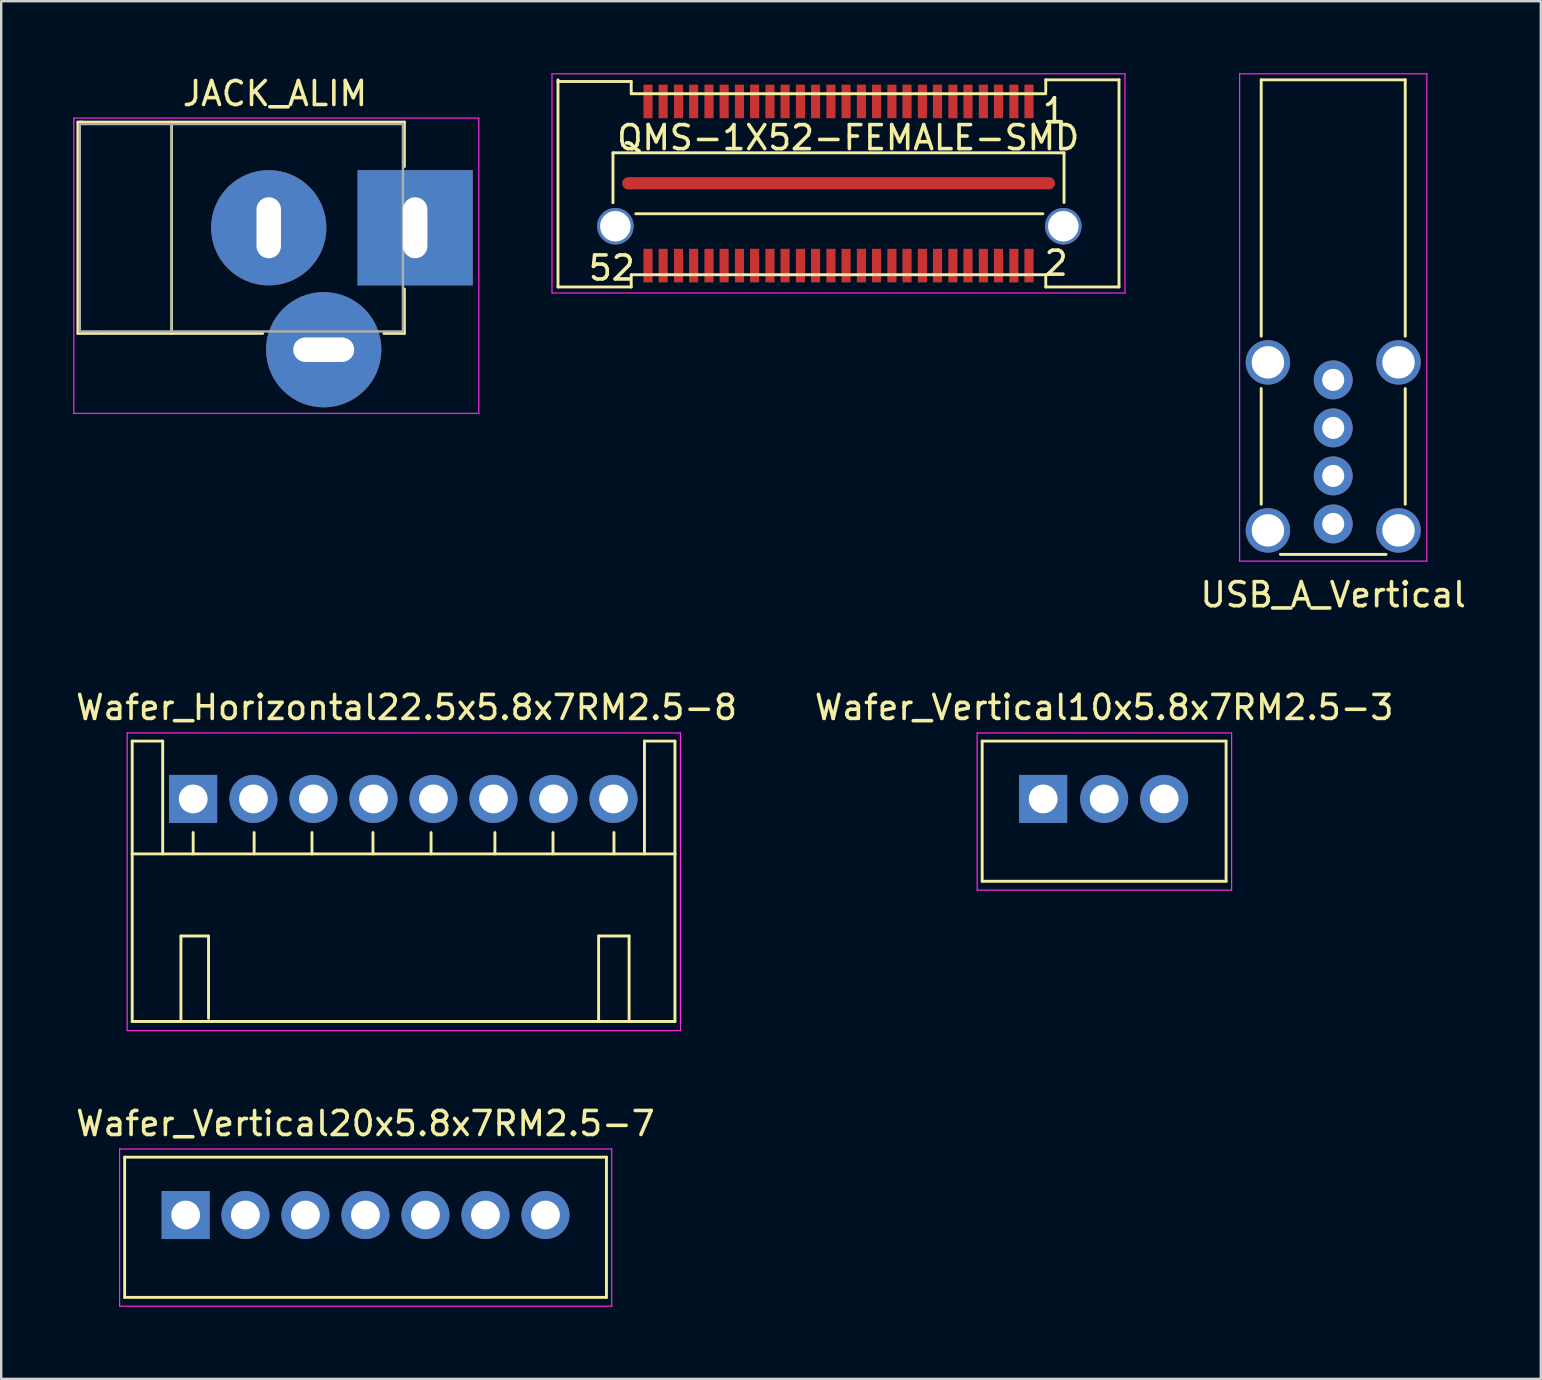
<source format=kicad_pcb>
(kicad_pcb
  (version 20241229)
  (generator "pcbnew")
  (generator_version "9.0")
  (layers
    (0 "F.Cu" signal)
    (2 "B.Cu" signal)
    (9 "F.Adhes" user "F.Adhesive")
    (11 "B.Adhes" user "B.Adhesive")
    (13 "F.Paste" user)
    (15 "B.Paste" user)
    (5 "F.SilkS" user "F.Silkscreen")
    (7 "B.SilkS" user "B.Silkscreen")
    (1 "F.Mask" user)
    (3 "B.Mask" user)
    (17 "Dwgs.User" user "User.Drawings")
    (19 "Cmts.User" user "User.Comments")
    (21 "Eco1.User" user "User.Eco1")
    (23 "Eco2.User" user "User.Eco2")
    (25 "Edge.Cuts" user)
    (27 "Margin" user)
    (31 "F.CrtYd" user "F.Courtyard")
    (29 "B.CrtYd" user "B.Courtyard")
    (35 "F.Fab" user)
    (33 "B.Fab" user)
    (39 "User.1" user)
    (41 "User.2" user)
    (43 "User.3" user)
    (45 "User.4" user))
  (footprint "Wafer_Vertical10x5.8x7RM2.5-3"
    (layer "F.Cu")
    (at 40.406 30.232)
    (property "Reference" "Wafer_Vertical10x5.8x7RM2.5-3" (at 2.54 -3.81 0) (layer "F.SilkS") (effects (font (size 1 1) (thickness 0.15))))
    (attr through_hole)
    (fp_line (start -2.54 -2.41) (end -2.54 3.43) (stroke (width 0.12) (type solid)) (layer "F.SilkS"))
    (fp_line (start -2.54 -2.41) (end 7.62 -2.41) (stroke (width 0.12) (type solid)) (layer "F.SilkS"))
    (fp_line (start 7.62 -2.41) (end 7.62 3.43) (stroke (width 0.12) (type solid)) (layer "F.SilkS"))
    (fp_line (start 7.62 3.43) (end -2.54 3.43) (stroke (width 0.12) (type solid)) (layer "F.SilkS"))
    (fp_line (start -2.75 -2.75) (end 7.85 -2.75) (stroke (width 0.05) (type solid)) (layer "F.CrtYd"))
    (fp_line (start -2.75 3.8) (end -2.75 -2.75) (stroke (width 0.05) (type solid)) (layer "F.CrtYd"))
    (fp_line (start 7.85 -2.75) (end 7.85 3.8) (stroke (width 0.05) (type solid)) (layer "F.CrtYd"))
    (fp_line (start 7.85 3.8) (end -2.75 3.8) (stroke (width 0.05) (type solid)) (layer "F.CrtYd"))
    (pad "1" thru_hole rect (at 0 0) (size 2 2) (drill 1.2) (layers "*.Cu" "*.Mask"))
    (pad "2" thru_hole circle (at 2.54 0) (size 2 2) (drill 1.2) (layers "*.Cu" "*.Mask"))
    (pad "3" thru_hole circle (at 5.04 0) (size 2 2) (drill 1.2) (layers "*.Cu" "*.Mask")))
  (footprint "Wafer_Vertical20x5.8x7RM2.5-7"
    (layer "F.Cu")
    (at 4.683 47.565)
    (property "Reference" "Wafer_Vertical20x5.8x7RM2.5-7" (at 7.49 -3.81 0) (layer "F.SilkS") (effects (font (size 1 1) (thickness 0.15))))
    (attr through_hole)
    (fp_line (start -2.54 -2.41) (end -2.54 3.43) (stroke (width 0.12) (type solid)) (layer "F.SilkS"))
    (fp_line (start -2.54 3.43) (end 17.53 3.43) (stroke (width 0.12) (type solid)) (layer "F.SilkS"))
    (fp_line (start 17.53 -2.41) (end -2.54 -2.41) (stroke (width 0.12) (type solid)) (layer "F.SilkS"))
    (fp_line (start 17.53 3.43) (end 17.53 -2.41) (stroke (width 0.12) (type solid)) (layer "F.SilkS"))
    (fp_line (start -2.75 -2.75) (end 17.75 -2.75) (stroke (width 0.05) (type solid)) (layer "F.CrtYd"))
    (fp_line (start -2.75 3.8) (end -2.75 -2.75) (stroke (width 0.05) (type solid)) (layer "F.CrtYd"))
    (fp_line (start 17.75 -2.75) (end 17.75 3.8) (stroke (width 0.05) (type solid)) (layer "F.CrtYd"))
    (fp_line (start 17.75 3.8) (end -2.75 3.8) (stroke (width 0.05) (type solid)) (layer "F.CrtYd"))
    (pad "1" thru_hole rect (at 0 0) (size 2 2) (drill 1.2) (layers "*.Cu" "*.Mask"))
    (pad "2" thru_hole circle (at 2.49 0) (size 2 2) (drill 1.2) (layers "*.Cu" "*.Mask"))
    (pad "3" thru_hole circle (at 4.99 0) (size 2 2) (drill 1.2) (layers "*.Cu" "*.Mask"))
    (pad "4" thru_hole circle (at 7.49 0) (size 2 2) (drill 1.2) (layers "*.Cu" "*.Mask"))
    (pad "5" thru_hole circle (at 9.99 0) (size 2 2) (drill 1.2) (layers "*.Cu" "*.Mask"))
    (pad "6" thru_hole circle (at 12.49 0) (size 2 2) (drill 1.2) (layers "*.Cu" "*.Mask"))
    (pad "7" thru_hole circle (at 14.99 0) (size 2 2) (drill 1.2) (layers "*.Cu" "*.Mask")))
  (footprint "QMS-1X52-FEMALE-SMD"
    (layer "F.Cu")
    (at 31.915 4.595)
    (property "Reference" "QMS-1X52-FEMALE-SMD" (at 0.37 -1.91 0) (layer "F.SilkS") (effects (font (size 1 1) (thickness 0.15))))
    (attr smd)
    (fp_line (start -11.72 -4.32) (end -11.72 4.31) (stroke (width 0.12) (type solid)) (layer "F.SilkS"))
    (fp_line (start -9.43 -1.28) (end -9.43 0.8) (stroke (width 0.12) (type solid)) (layer "F.SilkS"))
    (fp_line (start -8.67 -4.25) (end -11.72 -4.25) (stroke (width 0.12) (type solid)) (layer "F.SilkS"))
    (fp_line (start -8.67 -3.74) (end -8.67 -4.25) (stroke (width 0.12) (type solid)) (layer "F.SilkS"))
    (fp_line (start -8.67 3.8) (end 8.6 3.8) (stroke (width 0.12) (type solid)) (layer "F.SilkS"))
    (fp_line (start -8.67 4.31) (end -11.72 4.31) (stroke (width 0.12) (type solid)) (layer "F.SilkS"))
    (fp_line (start -8.67 4.31) (end -8.67 3.8) (stroke (width 0.12) (type solid)) (layer "F.SilkS"))
    (fp_line (start 8.48 1.26) (end -8.48 1.26) (stroke (width 0.12) (type solid)) (layer "F.SilkS"))
    (fp_line (start 8.6 -4.32) (end 8.6 -3.82) (stroke (width 0.12) (type solid)) (layer "F.SilkS"))
    (fp_line (start 8.6 -3.74) (end -8.67 -3.74) (stroke (width 0.12) (type solid)) (layer "F.SilkS"))
    (fp_line (start 8.6 3.8) (end 8.6 4.31) (stroke (width 0.12) (type solid)) (layer "F.SilkS"))
    (fp_line (start 8.6 4.31) (end 11.65 4.31) (stroke (width 0.12) (type solid)) (layer "F.SilkS"))
    (fp_line (start 9.36 -1.28) (end -9.43 -1.28) (stroke (width 0.12) (type solid)) (layer "F.SilkS"))
    (fp_line (start 9.36 -1.28) (end 9.36 0.79) (stroke (width 0.12) (type solid)) (layer "F.SilkS"))
    (fp_line (start 11.65 -4.32) (end 8.6 -4.32) (stroke (width 0.12) (type solid)) (layer "F.SilkS"))
    (fp_line (start 11.65 4.31) (end 11.65 -4.32) (stroke (width 0.12) (type solid)) (layer "F.SilkS"))
    (fp_line (start -11.97 -4.57) (end -11.97 4.56) (stroke (width 0.05) (type solid)) (layer "F.CrtYd"))
    (fp_line (start -11.97 -4.57) (end 11.9 -4.57) (stroke (width 0.05) (type solid)) (layer "F.CrtYd"))
    (fp_line (start 11.9 4.56) (end -11.97 4.56) (stroke (width 0.05) (type solid)) (layer "F.CrtYd"))
    (fp_line (start 11.9 4.56) (end 11.9 -4.57) (stroke (width 0.05) (type solid)) (layer "F.CrtYd"))
    (fp_text user "2" (at 9.03 3.32 0) (layer "F.SilkS") (effects (font (size 1 1) (thickness 0.15))))
    (fp_text user "52" (at -9.48 3.52 0) (layer "F.SilkS") (effects (font (size 1 1) (thickness 0.15))))
    (fp_text user "1" (at 8.96 -3.03 0) (layer "F.SilkS") (effects (font (size 1 1) (thickness 0.15))))
    (pad "" thru_hole circle (at -9.33 1.78) (size 1.52 1.52) (drill 1.27) (layers "*.Cu" "*.Mask"))
    (pad "" thru_hole circle (at 9.33 1.78) (size 1.52 1.52) (drill 1.27) (layers "*.Cu" "*.Mask"))
    (pad "1" smd rect (at 7.9 -3.42) (size 0.38 1.4) (layers "F.Cu" "F.Mask" "F.Paste"))
    (pad "2" smd rect (at 7.9 3.42) (size 0.38 1.4) (layers "F.Cu" "F.Mask" "F.Paste"))
    (pad "3" smd rect (at 7.27 -3.42) (size 0.38 1.4) (layers "F.Cu" "F.Mask" "F.Paste"))
    (pad "4" smd rect (at 7.27 3.42) (size 0.38 1.4) (layers "F.Cu" "F.Mask" "F.Paste"))
    (pad "5" smd rect (at 6.63 -3.42) (size 0.38 1.4) (layers "F.Cu" "F.Mask" "F.Paste"))
    (pad "6" smd rect (at 6.63 3.42) (size 0.38 1.4) (layers "F.Cu" "F.Mask" "F.Paste"))
    (pad "7" smd rect (at 6 -3.42) (size 0.38 1.4) (layers "F.Cu" "F.Mask" "F.Paste"))
    (pad "8" smd rect (at 6 3.42) (size 0.38 1.4) (layers "F.Cu" "F.Mask" "F.Paste"))
    (pad "9" smd rect (at 5.36 -3.42) (size 0.38 1.4) (layers "F.Cu" "F.Mask" "F.Paste"))
    (pad "10" smd rect (at 5.36 3.42) (size 0.38 1.4) (layers "F.Cu" "F.Mask" "F.Paste"))
    (pad "11" smd rect (at 4.73 -3.42) (size 0.38 1.4) (layers "F.Cu" "F.Mask" "F.Paste"))
    (pad "12" smd rect (at 4.73 3.42) (size 0.38 1.4) (layers "F.Cu" "F.Mask" "F.Paste"))
    (pad "13" smd rect (at 4.09 -3.42) (size 0.38 1.4) (layers "F.Cu" "F.Mask" "F.Paste"))
    (pad "14" smd rect (at 4.09 3.42) (size 0.38 1.4) (layers "F.Cu" "F.Mask" "F.Paste"))
    (pad "15" smd rect (at 3.46 -3.42) (size 0.38 1.4) (layers "F.Cu" "F.Mask" "F.Paste"))
    (pad "16" smd rect (at 3.46 3.42) (size 0.38 1.4) (layers "F.Cu" "F.Mask" "F.Paste"))
    (pad "17" smd rect (at 2.82 -3.42) (size 0.38 1.4) (layers "F.Cu" "F.Mask" "F.Paste"))
    (pad "18" smd rect (at 2.82 3.42) (size 0.38 1.4) (layers "F.Cu" "F.Mask" "F.Paste"))
    (pad "19" smd rect (at 2.19 -3.42) (size 0.38 1.4) (layers "F.Cu" "F.Mask" "F.Paste"))
    (pad "20" smd rect (at 2.19 3.42) (size 0.38 1.4) (layers "F.Cu" "F.Mask" "F.Paste"))
    (pad "21" smd rect (at 1.55 -3.42) (size 0.38 1.4) (layers "F.Cu" "F.Mask" "F.Paste"))
    (pad "22" smd rect (at 1.55 3.42) (size 0.38 1.4) (layers "F.Cu" "F.Mask" "F.Paste"))
    (pad "23" smd rect (at 0.92 -3.42) (size 0.38 1.4) (layers "F.Cu" "F.Mask" "F.Paste"))
    (pad "24" smd rect (at 0.92 3.42) (size 0.38 1.4) (layers "F.Cu" "F.Mask" "F.Paste"))
    (pad "25" smd rect (at 0.28 -3.42) (size 0.38 1.4) (layers "F.Cu" "F.Mask" "F.Paste"))
    (pad "26" smd rect (at 0.28 3.42) (size 0.38 1.4) (layers "F.Cu" "F.Mask" "F.Paste"))
    (pad "27" smd rect (at -0.35 -3.42) (size 0.38 1.4) (layers "F.Cu" "F.Mask" "F.Paste"))
    (pad "28" smd rect (at -0.35 3.42) (size 0.38 1.4) (layers "F.Cu" "F.Mask" "F.Paste"))
    (pad "29" smd rect (at -0.99 -3.42) (size 0.38 1.4) (layers "F.Cu" "F.Mask" "F.Paste"))
    (pad "30" smd rect (at -0.99 3.42) (size 0.38 1.4) (layers "F.Cu" "F.Mask" "F.Paste"))
    (pad "31" smd rect (at -1.62 -3.42) (size 0.38 1.4) (layers "F.Cu" "F.Mask" "F.Paste"))
    (pad "32" smd rect (at -1.62 3.42) (size 0.38 1.4) (layers "F.Cu" "F.Mask" "F.Paste"))
    (pad "33" smd rect (at -2.26 -3.42) (size 0.38 1.4) (layers "F.Cu" "F.Mask" "F.Paste"))
    (pad "34" smd rect (at -2.26 3.42) (size 0.38 1.4) (layers "F.Cu" "F.Mask" "F.Paste"))
    (pad "35" smd rect (at -2.89 -3.42) (size 0.38 1.4) (layers "F.Cu" "F.Mask" "F.Paste"))
    (pad "36" smd rect (at -2.89 3.42) (size 0.38 1.4) (layers "F.Cu" "F.Mask" "F.Paste"))
    (pad "37" smd rect (at -3.53 -3.42) (size 0.38 1.4) (layers "F.Cu" "F.Mask" "F.Paste"))
    (pad "38" smd rect (at -3.53 3.42) (size 0.38 1.4) (layers "F.Cu" "F.Mask" "F.Paste"))
    (pad "39" smd rect (at -4.16 -3.42) (size 0.38 1.4) (layers "F.Cu" "F.Mask" "F.Paste"))
    (pad "40" smd rect (at -4.16 3.42) (size 0.38 1.4) (layers "F.Cu" "F.Mask" "F.Paste"))
    (pad "41" smd rect (at -4.8 -3.42) (size 0.38 1.4) (layers "F.Cu" "F.Mask" "F.Paste"))
    (pad "42" smd rect (at -4.8 3.42) (size 0.38 1.4) (layers "F.Cu" "F.Mask" "F.Paste"))
    (pad "43" smd rect (at -5.43 -3.42) (size 0.38 1.4) (layers "F.Cu" "F.Mask" "F.Paste"))
    (pad "44" smd rect (at -5.43 3.42) (size 0.38 1.4) (layers "F.Cu" "F.Mask" "F.Paste"))
    (pad "45" smd rect (at -6.07 -3.42) (size 0.38 1.4) (layers "F.Cu" "F.Mask" "F.Paste"))
    (pad "46" smd rect (at -6.07 3.42) (size 0.38 1.4) (layers "F.Cu" "F.Mask" "F.Paste"))
    (pad "47" smd rect (at -6.7 -3.42) (size 0.38 1.4) (layers "F.Cu" "F.Mask" "F.Paste"))
    (pad "48" smd rect (at -6.7 3.42) (size 0.38 1.4) (layers "F.Cu" "F.Mask" "F.Paste"))
    (pad "49" smd rect (at -7.34 -3.42) (size 0.38 1.4) (layers "F.Cu" "F.Mask" "F.Paste"))
    (pad "50" smd rect (at -7.34 3.42) (size 0.38 1.4) (layers "F.Cu" "F.Mask" "F.Paste"))
    (pad "51" smd rect (at -7.97 -3.42) (size 0.38 1.4) (layers "F.Cu" "F.Mask" "F.Paste"))
    (pad "52" smd rect (at -7.97 3.42) (size 0.38 1.4) (layers "F.Cu" "F.Mask" "F.Paste"))
    (pad "53" smd oval (at -0.03 -0.01) (size 18.03 0.51) (layers "F.Cu" "F.Mask" "F.Paste")))
  (footprint "USB_A_Vertical"
    (layer "F.Cu")
    (at 52.489 12.775)
    (property "Reference" "USB_A_Vertical" (at 0 8.95 0) (layer "F.SilkS") (effects (font (size 1 1) (thickness 0.15))))
    (attr through_hole)
    (fp_line (start -3 -12.5) (end 3 -12.5) (stroke (width 0.12) (type solid)) (layer "F.SilkS"))
    (fp_line (start -3 -1.82) (end -3 -12.5) (stroke (width 0.12) (type solid)) (layer "F.SilkS"))
    (fp_line (start -3 0.36) (end -3 5.18) (stroke (width 0.12) (type solid)) (layer "F.SilkS"))
    (fp_line (start 2.2 7.27) (end -2.2 7.27) (stroke (width 0.12) (type solid)) (layer "F.SilkS"))
    (fp_line (start 3 -1.82) (end 3 -12.5) (stroke (width 0.12) (type solid)) (layer "F.SilkS"))
    (fp_line (start 3 0.36) (end 3 5.18) (stroke (width 0.12) (type solid)) (layer "F.SilkS"))
    (fp_line (start -3.9 -12.75) (end 3.9 -12.75) (stroke (width 0.05) (type solid)) (layer "F.CrtYd"))
    (fp_line (start -3.9 7.55) (end -3.9 -12.75) (stroke (width 0.05) (type solid)) (layer "F.CrtYd"))
    (fp_line (start 3.9 -12.75) (end 3.9 7.55) (stroke (width 0.05) (type solid)) (layer "F.CrtYd"))
    (fp_line (start 3.9 7.55) (end -3.9 7.55) (stroke (width 0.05) (type solid)) (layer "F.CrtYd"))
    (pad "1" thru_hole circle (at 0 0) (size 1.62 1.62) (drill 0.92) (layers "*.Cu" "*.Mask"))
    (pad "2" thru_hole circle (at 0 2) (size 1.62 1.62) (drill 0.92) (layers "*.Cu" "*.Mask"))
    (pad "3" thru_hole circle (at 0 4) (size 1.62 1.62) (drill 0.92) (layers "*.Cu" "*.Mask"))
    (pad "4" thru_hole circle (at 0 6) (size 1.62 1.62) (drill 0.92) (layers "*.Cu" "*.Mask"))
    (pad "5" thru_hole circle (at -2.72 -0.73) (size 1.85 1.85) (drill 1.35) (layers "*.Cu" "*.Mask"))
    (pad "5" thru_hole circle (at -2.72 6.27) (size 1.85 1.85) (drill 1.35) (layers "*.Cu" "*.Mask"))
    (pad "5" thru_hole circle (at 2.72 -0.73) (size 1.85 1.85) (drill 1.35) (layers "*.Cu" "*.Mask"))
    (pad "5" thru_hole circle (at 2.72 6.27) (size 1.85 1.85) (drill 1.35) (layers "*.Cu" "*.Mask")))
  (footprint "Wafer_Horizontal22.5x5.8x7RM2.5-8"
    (layer "F.Cu")
    (at 4.997 30.232)
    (property "Reference" "Wafer_Horizontal22.5x5.8x7RM2.5-8" (at 8.89 -3.81 0) (layer "F.SilkS") (effects (font (size 1 1) (thickness 0.15))))
    (attr through_hole)
    (fp_line (start -2.54 -2.41) (end -1.27 -2.41) (stroke (width 0.12) (type solid)) (layer "F.SilkS"))
    (fp_line (start -2.54 2.29) (end -2.54 -2.41) (stroke (width 0.12) (type solid)) (layer "F.SilkS"))
    (fp_line (start -2.54 2.29) (end 20.07 2.29) (stroke (width 0.12) (type solid)) (layer "F.SilkS"))
    (fp_line (start -2.54 9.27) (end -2.54 2.29) (stroke (width 0.12) (type solid)) (layer "F.SilkS"))
    (fp_line (start -2.54 9.27) (end 20.07 9.27) (stroke (width 0.12) (type solid)) (layer "F.SilkS"))
    (fp_line (start -1.27 -2.41) (end -1.27 2.29) (stroke (width 0.12) (type solid)) (layer "F.SilkS"))
    (fp_line (start -0.51 5.71) (end 0.64 5.71) (stroke (width 0.12) (type solid)) (layer "F.SilkS"))
    (fp_line (start -0.51 9.27) (end -0.51 5.71) (stroke (width 0.12) (type solid)) (layer "F.SilkS"))
    (fp_line (start 0 2.29) (end 0 1.4) (stroke (width 0.12) (type solid)) (layer "F.SilkS"))
    (fp_line (start 0.64 5.71) (end 0.64 9.14) (stroke (width 0.12) (type solid)) (layer "F.SilkS"))
    (fp_line (start 2.54 2.29) (end 2.54 1.4) (stroke (width 0.12) (type solid)) (layer "F.SilkS"))
    (fp_line (start 4.95 2.29) (end 4.95 1.4) (stroke (width 0.12) (type solid)) (layer "F.SilkS"))
    (fp_line (start 7.49 2.29) (end 7.49 1.4) (stroke (width 0.12) (type solid)) (layer "F.SilkS"))
    (fp_line (start 9.91 2.29) (end 9.91 1.4) (stroke (width 0.12) (type solid)) (layer "F.SilkS"))
    (fp_line (start 12.57 2.29) (end 12.57 1.4) (stroke (width 0.12) (type solid)) (layer "F.SilkS"))
    (fp_line (start 14.99 2.29) (end 14.99 1.4) (stroke (width 0.12) (type solid)) (layer "F.SilkS"))
    (fp_line (start 16.89 5.71) (end 18.16 5.71) (stroke (width 0.12) (type solid)) (layer "F.SilkS"))
    (fp_line (start 16.89 9.27) (end 16.89 5.71) (stroke (width 0.12) (type solid)) (layer "F.SilkS"))
    (fp_line (start 17.53 2.29) (end 17.53 1.4) (stroke (width 0.12) (type solid)) (layer "F.SilkS"))
    (fp_line (start 18.16 5.71) (end 18.16 9.27) (stroke (width 0.12) (type solid)) (layer "F.SilkS"))
    (fp_line (start 18.8 -2.41) (end 18.8 2.29) (stroke (width 0.12) (type solid)) (layer "F.SilkS"))
    (fp_line (start 20.07 -2.41) (end 18.8 -2.41) (stroke (width 0.12) (type solid)) (layer "F.SilkS"))
    (fp_line (start 20.07 2.29) (end 20.07 -2.41) (stroke (width 0.12) (type solid)) (layer "F.SilkS"))
    (fp_line (start 20.07 9.27) (end 20.07 2.29) (stroke (width 0.12) (type solid)) (layer "F.SilkS"))
    (fp_line (start -2.75 -2.75) (end 20.3 -2.75) (stroke (width 0.05) (type solid)) (layer "F.CrtYd"))
    (fp_line (start -2.75 9.65) (end -2.75 -2.75) (stroke (width 0.05) (type solid)) (layer "F.CrtYd"))
    (fp_line (start 20.3 -2.75) (end 20.3 9.65) (stroke (width 0.05) (type solid)) (layer "F.CrtYd"))
    (fp_line (start 20.3 9.65) (end -2.75 9.65) (stroke (width 0.05) (type solid)) (layer "F.CrtYd"))
    (pad "1" thru_hole rect (at 0 0) (size 2 2) (drill 1.2) (layers "*.Cu" "*.Mask"))
    (pad "2" thru_hole circle (at 2.51 0) (size 2 2) (drill 1.2) (layers "*.Cu" "*.Mask"))
    (pad "3" thru_hole circle (at 5.01 0) (size 2 2) (drill 1.2) (layers "*.Cu" "*.Mask"))
    (pad "4" thru_hole circle (at 7.51 0) (size 2 2) (drill 1.2) (layers "*.Cu" "*.Mask"))
    (pad "5" thru_hole circle (at 10.01 0) (size 2 2) (drill 1.2) (layers "*.Cu" "*.Mask"))
    (pad "6" thru_hole circle (at 12.51 0) (size 2 2) (drill 1.2) (layers "*.Cu" "*.Mask"))
    (pad "7" thru_hole circle (at 15.01 0) (size 2 2) (drill 1.2) (layers "*.Cu" "*.Mask"))
    (pad "8" thru_hole circle (at 17.51 0) (size 2 2) (drill 1.2) (layers "*.Cu" "*.Mask")))
  (footprint "JACK_ALIM"
    (layer "F.Cu")
    (at 14.245 6.438)
    (property "Reference" "JACK_ALIM" (at -5.84 -5.59 0) (layer "F.SilkS") (effects (font (size 1 1) (thickness 0.15))))
    (attr through_hole)
    (fp_line (start -14.05 -4.4) (end -13.85 -4.4) (stroke (width 0.12) (type solid)) (layer "F.SilkS"))
    (fp_line (start -14.05 4.4) (end -14.05 -4.4) (stroke (width 0.12) (type solid)) (layer "F.SilkS"))
    (fp_line (start -13.95 -4.4) (end -0.45 -4.4) (stroke (width 0.12) (type solid)) (layer "F.SilkS"))
    (fp_line (start -10.15 -4.4) (end -10.15 4.4) (stroke (width 0.12) (type solid)) (layer "F.SilkS"))
    (fp_line (start -6.35 4.4) (end -14.05 4.4) (stroke (width 0.12) (type solid)) (layer "F.SilkS"))
    (fp_line (start -0.45 -4.4) (end -0.45 -2.55) (stroke (width 0.12) (type solid)) (layer "F.SilkS"))
    (fp_line (start -0.45 2.55) (end -0.45 4.4) (stroke (width 0.12) (type solid)) (layer "F.SilkS"))
    (fp_line (start -0.45 4.4) (end -1.3 4.4) (stroke (width 0.12) (type solid)) (layer "F.SilkS"))
    (fp_line (start -14.22 -4.57) (end -14.22 7.73) (stroke (width 0.05) (type solid)) (layer "F.CrtYd"))
    (fp_line (start -14.22 -4.57) (end 2.65 -4.57) (stroke (width 0.05) (type solid)) (layer "F.CrtYd"))
    (fp_line (start 2.65 7.73) (end -14.22 7.73) (stroke (width 0.05) (type solid)) (layer "F.CrtYd"))
    (fp_line (start 2.65 7.73) (end 2.65 -4.57) (stroke (width 0.05) (type solid)) (layer "F.CrtYd"))
    (fp_line (start -13.97 -4.32) (end -13.97 4.32) (stroke (width 0.1) (type solid)) (layer "F.Fab"))
    (fp_line (start -13.97 4.32) (end -13.21 4.32) (stroke (width 0.1) (type solid)) (layer "F.Fab"))
    (fp_line (start -13.21 -4.32) (end -13.97 -4.32) (stroke (width 0.1) (type solid)) (layer "F.Fab"))
    (fp_line (start -13.21 -4.32) (end -0.51 -4.32) (stroke (width 0.1) (type solid)) (layer "F.Fab"))
    (fp_line (start -13.21 4.32) (end -0.51 4.32) (stroke (width 0.1) (type solid)) (layer "F.Fab"))
    (fp_line (start -10.16 -4.32) (end -10.16 4.32) (stroke (width 0.1) (type solid)) (layer "F.Fab"))
    (fp_line (start -0.51 -4.32) (end -0.51 4.32) (stroke (width 0.1) (type solid)) (layer "F.Fab"))
    (pad "1" thru_hole rect (at 0 0) (size 4.8 4.8) (drill oval 1.02 2.54) (layers "*.Cu" "*.Mask"))
    (pad "2" thru_hole circle (at -6.1 0) (size 4.8 4.8) (drill oval 1.02 2.54) (layers "*.Cu" "*.Mask"))
    (pad "3" thru_hole circle (at -3.81 5.08) (size 4.8 4.8) (drill oval 2.54 1.02) (layers "*.Cu" "*.Mask")))
  (gr_rect
    (start -3 -3)
    (end 61.138 54.39)
    (stroke (width 0.1) (type default))
    (fill no)
    (layer "Edge.Cuts")))
</source>
